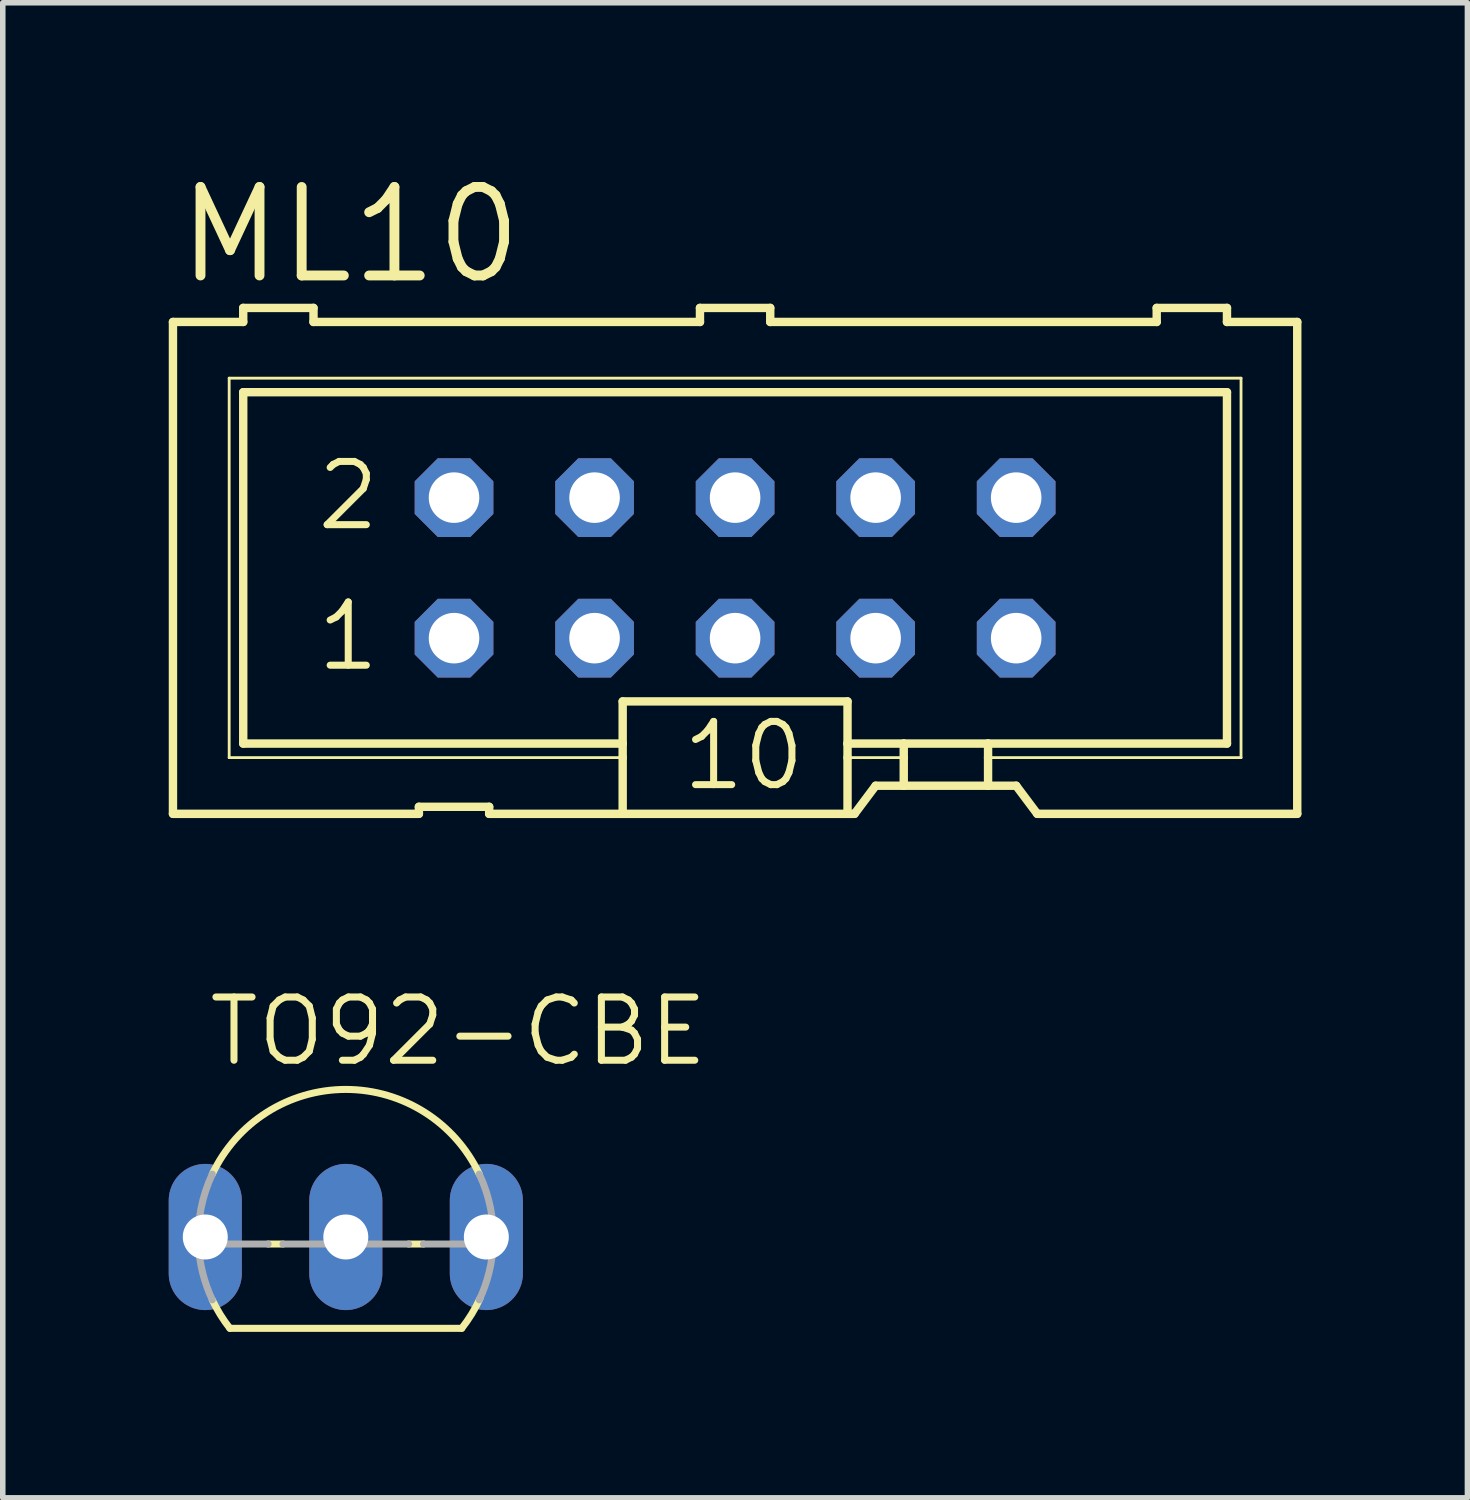
<source format=kicad_pcb>
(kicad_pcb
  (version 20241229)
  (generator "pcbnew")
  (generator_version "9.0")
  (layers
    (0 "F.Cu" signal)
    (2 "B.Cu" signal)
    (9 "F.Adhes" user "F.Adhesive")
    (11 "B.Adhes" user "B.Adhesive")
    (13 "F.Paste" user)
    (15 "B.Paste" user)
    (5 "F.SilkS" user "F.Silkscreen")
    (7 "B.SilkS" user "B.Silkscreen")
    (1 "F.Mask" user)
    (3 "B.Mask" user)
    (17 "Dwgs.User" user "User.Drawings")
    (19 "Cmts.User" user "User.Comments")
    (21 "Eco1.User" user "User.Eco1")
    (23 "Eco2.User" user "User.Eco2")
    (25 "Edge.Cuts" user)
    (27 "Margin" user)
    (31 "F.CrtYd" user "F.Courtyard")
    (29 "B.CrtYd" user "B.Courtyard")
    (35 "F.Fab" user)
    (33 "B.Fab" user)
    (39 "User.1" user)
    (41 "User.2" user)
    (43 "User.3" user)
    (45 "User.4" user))
  (footprint "TO92-CBE"
    (layer "F.Cu")
    (at 3.2 19.307)
    (property "Reference" "TO92-CBE" (at -2.54 -3.048 0) (layer "F.SilkS") (effects (font (size 1.143 1.143) (thickness 0.127)) (justify left bottom)))
    (fp_line (start -2.095 1.651) (end 2.095 1.651) (stroke (width 0.127) (type solid)) (layer "F.SilkS"))
    (fp_line (start -1.136 0.127) (end -1.404 0.127) (stroke (width 0.127) (type solid)) (layer "F.SilkS"))
    (fp_line (start 1.404 0.127) (end 1.136 0.127) (stroke (width 0.127) (type solid)) (layer "F.SilkS"))
    (fp_arc (start -2.413 -1.1359) (mid -0.000001 -2.666986) (end 2.412999 -1.135901) (stroke (width 0.127) (type solid)) (layer "F.SilkS"))
    (fp_arc (start -2.095 1.651) (mid -2.268918 1.40252) (end -2.4135 1.1359) (stroke (width 0.127) (type solid)) (layer "F.SilkS"))
    (fp_arc (start 2.4247 1.1118) (mid 2.275878 1.391201) (end 2.095 1.651) (stroke (width 0.127) (type solid)) (layer "F.SilkS"))
    (fp_line (start -1.404 0.127) (end -2.664 0.127) (stroke (width 0.127) (type solid)) (layer "F.Fab"))
    (fp_line (start 1.136 0.127) (end -1.136 0.127) (stroke (width 0.127) (type solid)) (layer "F.Fab"))
    (fp_line (start 2.664 0.127) (end 1.404 0.127) (stroke (width 0.127) (type solid)) (layer "F.Fab"))
    (fp_arc (start -2.664 0.127) (mid -2.615858 -0.519825) (end -2.413 -1.1359) (stroke (width 0.127) (type solid)) (layer "F.Fab"))
    (fp_arc (start -2.413 1.1359) (mid -2.588137 0.643799) (end -2.664 0.127) (stroke (width 0.127) (type solid)) (layer "F.Fab"))
    (fp_arc (start 2.413 -1.1359) (mid 2.615858 -0.519825) (end 2.664 0.127) (stroke (width 0.127) (type solid)) (layer "F.Fab"))
    (fp_arc (start 2.664 0.127) (mid 2.588137 0.643799) (end 2.413 1.1359) (stroke (width 0.127) (type solid)) (layer "F.Fab"))
    (pad "B" thru_hole oval (at 0 0 90) (size 2.642 1.321) (drill 0.813) (layers "*.Cu" "*.Mask"))
    (pad "C" thru_hole oval (at -2.54 0 90) (size 2.642 1.321) (drill 0.813) (layers "*.Cu" "*.Mask"))
    (pad "E" thru_hole oval (at 2.54 0 90) (size 2.642 1.321) (drill 0.813) (layers "*.Cu" "*.Mask")))
  (footprint "ML10"
    (layer "F.Cu")
    (at 10.236 7.214)
    (property "Reference" "ML10" (at -10.16 -5.08 0) (layer "F.SilkS") (effects (font (size 1.6 1.6) (thickness 0.178)) (justify left bottom)))
    (fp_line (start -10.16 -4.445) (end -10.16 4.445) (stroke (width 0.152) (type solid)) (layer "F.SilkS"))
    (fp_line (start -10.16 -4.445) (end -8.89 -4.445) (stroke (width 0.152) (type solid)) (layer "F.SilkS"))
    (fp_line (start -9.144 -3.429) (end -9.144 3.429) (stroke (width 0.051) (type solid)) (layer "F.SilkS"))
    (fp_line (start -9.144 3.429) (end -2.032 3.429) (stroke (width 0.051) (type solid)) (layer "F.SilkS"))
    (fp_line (start -8.89 -4.699) (end -8.89 -4.445) (stroke (width 0.152) (type solid)) (layer "F.SilkS"))
    (fp_line (start -8.89 -3.175) (end -8.89 3.175) (stroke (width 0.152) (type solid)) (layer "F.SilkS"))
    (fp_line (start -8.89 -3.175) (end 8.89 -3.175) (stroke (width 0.152) (type solid)) (layer "F.SilkS"))
    (fp_line (start -7.62 -4.699) (end -8.89 -4.699) (stroke (width 0.152) (type solid)) (layer "F.SilkS"))
    (fp_line (start -7.62 -4.699) (end -7.62 -4.445) (stroke (width 0.152) (type solid)) (layer "F.SilkS"))
    (fp_line (start -7.62 -4.445) (end -0.635 -4.445) (stroke (width 0.152) (type solid)) (layer "F.SilkS"))
    (fp_line (start -5.715 4.445) (end -10.16 4.445) (stroke (width 0.152) (type solid)) (layer "F.SilkS"))
    (fp_line (start -5.715 4.445) (end -5.715 4.318) (stroke (width 0.152) (type solid)) (layer "F.SilkS"))
    (fp_line (start -4.445 4.318) (end -5.715 4.318) (stroke (width 0.152) (type solid)) (layer "F.SilkS"))
    (fp_line (start -4.445 4.318) (end -4.445 4.445) (stroke (width 0.152) (type solid)) (layer "F.SilkS"))
    (fp_line (start -2.032 3.175) (end -8.89 3.175) (stroke (width 0.152) (type solid)) (layer "F.SilkS"))
    (fp_line (start -2.032 3.175) (end -2.032 2.413) (stroke (width 0.152) (type solid)) (layer "F.SilkS"))
    (fp_line (start -2.032 3.175) (end -2.032 3.429) (stroke (width 0.152) (type solid)) (layer "F.SilkS"))
    (fp_line (start -2.032 3.429) (end -2.032 4.445) (stroke (width 0.152) (type solid)) (layer "F.SilkS"))
    (fp_line (start -2.032 4.445) (end -4.445 4.445) (stroke (width 0.152) (type solid)) (layer "F.SilkS"))
    (fp_line (start -0.635 -4.699) (end -0.635 -4.445) (stroke (width 0.152) (type solid)) (layer "F.SilkS"))
    (fp_line (start 0.635 -4.699) (end -0.635 -4.699) (stroke (width 0.152) (type solid)) (layer "F.SilkS"))
    (fp_line (start 0.635 -4.699) (end 0.635 -4.445) (stroke (width 0.152) (type solid)) (layer "F.SilkS"))
    (fp_line (start 0.635 -4.445) (end 7.62 -4.445) (stroke (width 0.152) (type solid)) (layer "F.SilkS"))
    (fp_line (start 2.032 2.413) (end -2.032 2.413) (stroke (width 0.152) (type solid)) (layer "F.SilkS"))
    (fp_line (start 2.032 2.413) (end 2.032 3.175) (stroke (width 0.152) (type solid)) (layer "F.SilkS"))
    (fp_line (start 2.032 3.175) (end 2.032 3.429) (stroke (width 0.152) (type solid)) (layer "F.SilkS"))
    (fp_line (start 2.032 3.429) (end 2.032 4.445) (stroke (width 0.152) (type solid)) (layer "F.SilkS"))
    (fp_line (start 2.032 4.445) (end -2.032 4.445) (stroke (width 0.152) (type solid)) (layer "F.SilkS"))
    (fp_line (start 2.159 4.445) (end 2.032 4.445) (stroke (width 0.152) (type solid)) (layer "F.SilkS"))
    (fp_line (start 2.159 4.445) (end 2.54 3.937) (stroke (width 0.152) (type solid)) (layer "F.SilkS"))
    (fp_line (start 3.048 3.175) (end 2.032 3.175) (stroke (width 0.152) (type solid)) (layer "F.SilkS"))
    (fp_line (start 3.048 3.175) (end 3.048 3.429) (stroke (width 0.152) (type solid)) (layer "F.SilkS"))
    (fp_line (start 3.048 3.429) (end 2.032 3.429) (stroke (width 0.051) (type solid)) (layer "F.SilkS"))
    (fp_line (start 3.048 3.429) (end 3.048 3.937) (stroke (width 0.152) (type solid)) (layer "F.SilkS"))
    (fp_line (start 3.048 3.937) (end 2.54 3.937) (stroke (width 0.152) (type solid)) (layer "F.SilkS"))
    (fp_line (start 4.572 3.175) (end 3.048 3.175) (stroke (width 0.152) (type solid)) (layer "F.SilkS"))
    (fp_line (start 4.572 3.175) (end 4.572 3.429) (stroke (width 0.152) (type solid)) (layer "F.SilkS"))
    (fp_line (start 4.572 3.429) (end 4.572 3.937) (stroke (width 0.152) (type solid)) (layer "F.SilkS"))
    (fp_line (start 4.572 3.429) (end 9.144 3.429) (stroke (width 0.051) (type solid)) (layer "F.SilkS"))
    (fp_line (start 4.572 3.937) (end 3.048 3.937) (stroke (width 0.152) (type solid)) (layer "F.SilkS"))
    (fp_line (start 5.08 3.937) (end 4.572 3.937) (stroke (width 0.152) (type solid)) (layer "F.SilkS"))
    (fp_line (start 5.08 3.937) (end 5.461 4.445) (stroke (width 0.152) (type solid)) (layer "F.SilkS"))
    (fp_line (start 7.62 -4.445) (end 7.62 -4.699) (stroke (width 0.152) (type solid)) (layer "F.SilkS"))
    (fp_line (start 8.89 -4.699) (end 7.62 -4.699) (stroke (width 0.152) (type solid)) (layer "F.SilkS"))
    (fp_line (start 8.89 -4.445) (end 8.89 -4.699) (stroke (width 0.152) (type solid)) (layer "F.SilkS"))
    (fp_line (start 8.89 -4.445) (end 10.16 -4.445) (stroke (width 0.152) (type solid)) (layer "F.SilkS"))
    (fp_line (start 8.89 3.175) (end 4.572 3.175) (stroke (width 0.152) (type solid)) (layer "F.SilkS"))
    (fp_line (start 8.89 3.175) (end 8.89 -3.175) (stroke (width 0.152) (type solid)) (layer "F.SilkS"))
    (fp_line (start 9.144 -3.429) (end -9.144 -3.429) (stroke (width 0.051) (type solid)) (layer "F.SilkS"))
    (fp_line (start 9.144 3.429) (end 9.144 -3.429) (stroke (width 0.051) (type solid)) (layer "F.SilkS"))
    (fp_line (start 10.16 4.445) (end 5.461 4.445) (stroke (width 0.152) (type solid)) (layer "F.SilkS"))
    (fp_line (start 10.16 4.445) (end 10.16 -4.445) (stroke (width 0.152) (type solid)) (layer "F.SilkS"))
    (fp_poly (pts (xy -5.334 -1.016) (xy -4.826 -1.016) (xy -4.826 -1.524) (xy -5.334 -1.524)) (stroke (width 0.1) (type solid)) (fill no) (layer "F.Fab"))
    (fp_poly (pts (xy -5.334 1.524) (xy -4.826 1.524) (xy -4.826 1.016) (xy -5.334 1.016)) (stroke (width 0.1) (type solid)) (fill no) (layer "F.Fab"))
    (fp_poly (pts (xy -2.794 -1.016) (xy -2.286 -1.016) (xy -2.286 -1.524) (xy -2.794 -1.524)) (stroke (width 0.1) (type solid)) (fill no) (layer "F.Fab"))
    (fp_poly (pts (xy -2.794 1.524) (xy -2.286 1.524) (xy -2.286 1.016) (xy -2.794 1.016)) (stroke (width 0.1) (type solid)) (fill no) (layer "F.Fab"))
    (fp_poly (pts (xy -0.254 -1.016) (xy 0.254 -1.016) (xy 0.254 -1.524) (xy -0.254 -1.524)) (stroke (width 0.1) (type solid)) (fill no) (layer "F.Fab"))
    (fp_poly (pts (xy -0.254 1.524) (xy 0.254 1.524) (xy 0.254 1.016) (xy -0.254 1.016)) (stroke (width 0.1) (type solid)) (fill no) (layer "F.Fab"))
    (fp_poly (pts (xy 2.286 -1.016) (xy 2.794 -1.016) (xy 2.794 -1.524) (xy 2.286 -1.524)) (stroke (width 0.1) (type solid)) (fill no) (layer "F.Fab"))
    (fp_poly (pts (xy 2.286 1.524) (xy 2.794 1.524) (xy 2.794 1.016) (xy 2.286 1.016)) (stroke (width 0.1) (type solid)) (fill no) (layer "F.Fab"))
    (fp_poly (pts (xy 4.826 -1.016) (xy 5.334 -1.016) (xy 5.334 -1.524) (xy 4.826 -1.524)) (stroke (width 0.1) (type solid)) (fill no) (layer "F.Fab"))
    (fp_poly (pts (xy 4.826 1.524) (xy 5.334 1.524) (xy 5.334 1.016) (xy 4.826 1.016)) (stroke (width 0.1) (type solid)) (fill no) (layer "F.Fab"))
    (fp_text user "1" (at -7.62 1.905 0) (layer "F.SilkS") (effects (font (size 1.143 1.143) (thickness 0.127)) (justify left bottom)))
    (fp_text user "2" (at -7.62 -0.635 0) (layer "F.SilkS") (effects (font (size 1.143 1.143) (thickness 0.127)) (justify left bottom)))
    (fp_text user "10" (at -1.016 4.064 0) (layer "F.SilkS") (effects (font (size 1.143 1.143) (thickness 0.127)) (justify left bottom)))
    (pad "1" thru_hole roundrect (at -5.08 1.27) (size 1.422 1.422) (drill 0.914) (layers "*.Cu" "*.Mask") (roundrect_rratio 0.25) (chamfer_ratio 0.293) (chamfer top_left top_right bottom_left bottom_right))
    (pad "2" thru_hole roundrect (at -5.08 -1.27) (size 1.422 1.422) (drill 0.914) (layers "*.Cu" "*.Mask") (roundrect_rratio 0.25) (chamfer_ratio 0.293) (chamfer top_left top_right bottom_left bottom_right))
    (pad "3" thru_hole roundrect (at -2.54 1.27) (size 1.422 1.422) (drill 0.914) (layers "*.Cu" "*.Mask") (roundrect_rratio 0.25) (chamfer_ratio 0.293) (chamfer top_left top_right bottom_left bottom_right))
    (pad "4" thru_hole roundrect (at -2.54 -1.27) (size 1.422 1.422) (drill 0.914) (layers "*.Cu" "*.Mask") (roundrect_rratio 0.25) (chamfer_ratio 0.293) (chamfer top_left top_right bottom_left bottom_right))
    (pad "5" thru_hole roundrect (at 0 1.27) (size 1.422 1.422) (drill 0.914) (layers "*.Cu" "*.Mask") (roundrect_rratio 0.25) (chamfer_ratio 0.293) (chamfer top_left top_right bottom_left bottom_right))
    (pad "6" thru_hole roundrect (at 0 -1.27) (size 1.422 1.422) (drill 0.914) (layers "*.Cu" "*.Mask") (roundrect_rratio 0.25) (chamfer_ratio 0.293) (chamfer top_left top_right bottom_left bottom_right))
    (pad "7" thru_hole roundrect (at 2.54 1.27) (size 1.422 1.422) (drill 0.914) (layers "*.Cu" "*.Mask") (roundrect_rratio 0.25) (chamfer_ratio 0.293) (chamfer top_left top_right bottom_left bottom_right))
    (pad "8" thru_hole roundrect (at 2.54 -1.27) (size 1.422 1.422) (drill 0.914) (layers "*.Cu" "*.Mask") (roundrect_rratio 0.25) (chamfer_ratio 0.293) (chamfer top_left top_right bottom_left bottom_right))
    (pad "9" thru_hole roundrect (at 5.08 1.27) (size 1.422 1.422) (drill 0.914) (layers "*.Cu" "*.Mask") (roundrect_rratio 0.25) (chamfer_ratio 0.293) (chamfer top_left top_right bottom_left bottom_right))
    (pad "10" thru_hole roundrect (at 5.08 -1.27) (size 1.422 1.422) (drill 0.914) (layers "*.Cu" "*.Mask") (roundrect_rratio 0.25) (chamfer_ratio 0.293) (chamfer top_left top_right bottom_left bottom_right)))
  (gr_rect
    (start -3 -3)
    (end 23.472 24.021)
    (stroke (width 0.1) (type default))
    (fill no)
    (layer "Edge.Cuts")))
</source>
